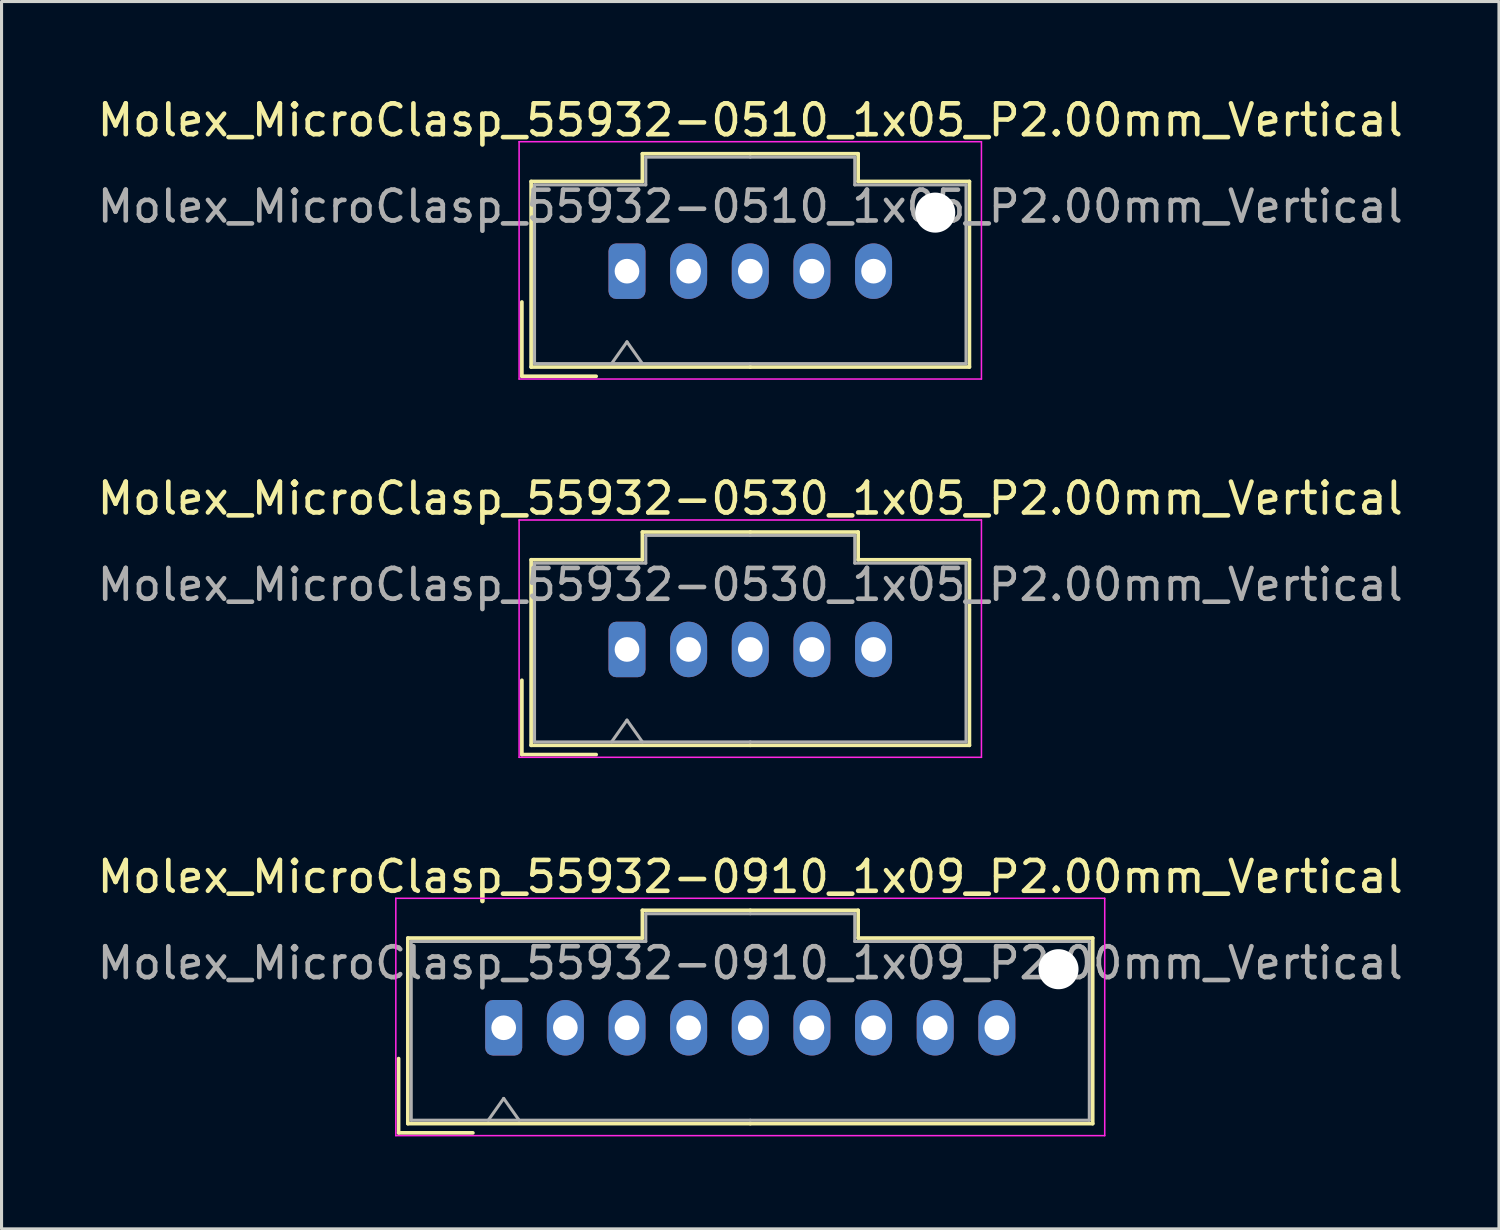
<source format=kicad_pcb>
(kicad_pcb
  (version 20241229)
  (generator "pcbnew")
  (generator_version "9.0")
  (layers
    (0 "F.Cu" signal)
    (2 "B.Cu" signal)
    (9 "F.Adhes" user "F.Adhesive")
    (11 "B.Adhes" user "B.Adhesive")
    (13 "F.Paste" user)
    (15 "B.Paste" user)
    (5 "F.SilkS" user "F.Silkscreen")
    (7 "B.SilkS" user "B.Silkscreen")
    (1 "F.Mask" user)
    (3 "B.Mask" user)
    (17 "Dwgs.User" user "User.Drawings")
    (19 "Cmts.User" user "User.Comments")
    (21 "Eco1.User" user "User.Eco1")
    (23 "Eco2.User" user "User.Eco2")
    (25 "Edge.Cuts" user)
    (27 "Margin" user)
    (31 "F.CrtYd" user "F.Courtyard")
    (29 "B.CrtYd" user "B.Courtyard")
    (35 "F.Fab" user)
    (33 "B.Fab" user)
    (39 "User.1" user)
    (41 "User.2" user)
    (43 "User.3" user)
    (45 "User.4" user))
  (footprint "Molex_MicroClasp_55932-0510_1x05_P2.00mm_Vertical"
    (layer "F.Cu")
    (at 17.292 5.748)
    (property "Reference" "Molex_MicroClasp_55932-0510_1x05_P2.00mm_Vertical" (at 4 -4.9 0) (layer "F.SilkS") (effects (font (size 1 1) (thickness 0.15))))
    (attr through_hole)
    (fp_line (start -3.41 1) (end -3.41 3.41) (stroke (width 0.12) (type solid)) (layer "F.SilkS"))
    (fp_line (start -3.41 3.41) (end -1 3.41) (stroke (width 0.12) (type solid)) (layer "F.SilkS"))
    (fp_line (start -3.11 -2.91) (end -3.11 3.11) (stroke (width 0.12) (type solid)) (layer "F.SilkS"))
    (fp_line (start -3.11 3.11) (end 4 3.11) (stroke (width 0.12) (type solid)) (layer "F.SilkS"))
    (fp_line (start 0.5 -3.81) (end 0.5 -2.91) (stroke (width 0.12) (type solid)) (layer "F.SilkS"))
    (fp_line (start 0.5 -2.91) (end -3.11 -2.91) (stroke (width 0.12) (type solid)) (layer "F.SilkS"))
    (fp_line (start 4 -3.81) (end 0.5 -3.81) (stroke (width 0.12) (type solid)) (layer "F.SilkS"))
    (fp_line (start 4 -3.81) (end 7.5 -3.81) (stroke (width 0.12) (type solid)) (layer "F.SilkS"))
    (fp_line (start 7.5 -3.81) (end 7.5 -2.91) (stroke (width 0.12) (type solid)) (layer "F.SilkS"))
    (fp_line (start 7.5 -2.91) (end 11.11 -2.91) (stroke (width 0.12) (type solid)) (layer "F.SilkS"))
    (fp_line (start 11.11 -2.91) (end 11.11 3.11) (stroke (width 0.12) (type solid)) (layer "F.SilkS"))
    (fp_line (start 11.11 3.11) (end 4 3.11) (stroke (width 0.12) (type solid)) (layer "F.SilkS"))
    (fp_line (start -3.5 -4.2) (end -3.5 3.5) (stroke (width 0.05) (type solid)) (layer "F.CrtYd"))
    (fp_line (start -3.5 3.5) (end 11.5 3.5) (stroke (width 0.05) (type solid)) (layer "F.CrtYd"))
    (fp_line (start 11.5 -4.2) (end -3.5 -4.2) (stroke (width 0.05) (type solid)) (layer "F.CrtYd"))
    (fp_line (start 11.5 3.5) (end 11.5 -4.2) (stroke (width 0.05) (type solid)) (layer "F.CrtYd"))
    (fp_line (start -3 -2.8) (end -3 3) (stroke (width 0.1) (type solid)) (layer "F.Fab"))
    (fp_line (start -3 3) (end 4 3) (stroke (width 0.1) (type solid)) (layer "F.Fab"))
    (fp_line (start -0.5 3) (end 0 2.293) (stroke (width 0.1) (type solid)) (layer "F.Fab"))
    (fp_line (start 0 2.293) (end 0.5 3) (stroke (width 0.1) (type solid)) (layer "F.Fab"))
    (fp_line (start 0.61 -3.7) (end 0.61 -2.8) (stroke (width 0.1) (type solid)) (layer "F.Fab"))
    (fp_line (start 0.61 -2.8) (end -3 -2.8) (stroke (width 0.1) (type solid)) (layer "F.Fab"))
    (fp_line (start 4 -3.7) (end 0.61 -3.7) (stroke (width 0.1) (type solid)) (layer "F.Fab"))
    (fp_line (start 4 -3.7) (end 7.39 -3.7) (stroke (width 0.1) (type solid)) (layer "F.Fab"))
    (fp_line (start 7.39 -3.7) (end 7.39 -2.8) (stroke (width 0.1) (type solid)) (layer "F.Fab"))
    (fp_line (start 7.39 -2.8) (end 11 -2.8) (stroke (width 0.1) (type solid)) (layer "F.Fab"))
    (fp_line (start 11 -2.8) (end 11 3) (stroke (width 0.1) (type solid)) (layer "F.Fab"))
    (fp_line (start 11 3) (end 4 3) (stroke (width 0.1) (type solid)) (layer "F.Fab"))
    (fp_text user "${REFERENCE}" (at 4 -2.1 0) (layer "F.Fab") (effects (font (size 1 1) (thickness 0.15))))
    (pad "" np_thru_hole circle (at 10 -1.9) (size 1.3 1.3) (drill 1.3) (layers "*.Cu" "*.Mask"))
    (pad "1" thru_hole roundrect (at 0 0) (size 1.2 1.8) (drill 0.8) (layers "*.Cu" "*.Mask") (roundrect_rratio 0.208))
    (pad "2" thru_hole oval (at 2 0) (size 1.2 1.8) (drill 0.8) (layers "*.Cu" "*.Mask"))
    (pad "3" thru_hole oval (at 4 0) (size 1.2 1.8) (drill 0.8) (layers "*.Cu" "*.Mask"))
    (pad "4" thru_hole oval (at 6 0) (size 1.2 1.8) (drill 0.8) (layers "*.Cu" "*.Mask"))
    (pad "5" thru_hole oval (at 8 0) (size 1.2 1.8) (drill 0.8) (layers "*.Cu" "*.Mask")))
  (footprint "Molex_MicroClasp_55932-0530_1x05_P2.00mm_Vertical"
    (layer "F.Cu")
    (at 17.292 18.021)
    (property "Reference" "Molex_MicroClasp_55932-0530_1x05_P2.00mm_Vertical" (at 4 -4.9 0) (layer "F.SilkS") (effects (font (size 1 1) (thickness 0.15))))
    (attr through_hole)
    (fp_line (start -3.41 1) (end -3.41 3.41) (stroke (width 0.12) (type solid)) (layer "F.SilkS"))
    (fp_line (start -3.41 3.41) (end -1 3.41) (stroke (width 0.12) (type solid)) (layer "F.SilkS"))
    (fp_line (start -3.11 -2.91) (end -3.11 3.11) (stroke (width 0.12) (type solid)) (layer "F.SilkS"))
    (fp_line (start -3.11 3.11) (end 4 3.11) (stroke (width 0.12) (type solid)) (layer "F.SilkS"))
    (fp_line (start 0.5 -3.81) (end 0.5 -2.91) (stroke (width 0.12) (type solid)) (layer "F.SilkS"))
    (fp_line (start 0.5 -2.91) (end -3.11 -2.91) (stroke (width 0.12) (type solid)) (layer "F.SilkS"))
    (fp_line (start 4 -3.81) (end 0.5 -3.81) (stroke (width 0.12) (type solid)) (layer "F.SilkS"))
    (fp_line (start 4 -3.81) (end 7.5 -3.81) (stroke (width 0.12) (type solid)) (layer "F.SilkS"))
    (fp_line (start 7.5 -3.81) (end 7.5 -2.91) (stroke (width 0.12) (type solid)) (layer "F.SilkS"))
    (fp_line (start 7.5 -2.91) (end 11.11 -2.91) (stroke (width 0.12) (type solid)) (layer "F.SilkS"))
    (fp_line (start 11.11 -2.91) (end 11.11 3.11) (stroke (width 0.12) (type solid)) (layer "F.SilkS"))
    (fp_line (start 11.11 3.11) (end 4 3.11) (stroke (width 0.12) (type solid)) (layer "F.SilkS"))
    (fp_line (start -3.5 -4.2) (end -3.5 3.5) (stroke (width 0.05) (type solid)) (layer "F.CrtYd"))
    (fp_line (start -3.5 3.5) (end 11.5 3.5) (stroke (width 0.05) (type solid)) (layer "F.CrtYd"))
    (fp_line (start 11.5 -4.2) (end -3.5 -4.2) (stroke (width 0.05) (type solid)) (layer "F.CrtYd"))
    (fp_line (start 11.5 3.5) (end 11.5 -4.2) (stroke (width 0.05) (type solid)) (layer "F.CrtYd"))
    (fp_line (start -3 -2.8) (end -3 3) (stroke (width 0.1) (type solid)) (layer "F.Fab"))
    (fp_line (start -3 3) (end 4 3) (stroke (width 0.1) (type solid)) (layer "F.Fab"))
    (fp_line (start -0.5 3) (end 0 2.293) (stroke (width 0.1) (type solid)) (layer "F.Fab"))
    (fp_line (start 0 2.293) (end 0.5 3) (stroke (width 0.1) (type solid)) (layer "F.Fab"))
    (fp_line (start 0.61 -3.7) (end 0.61 -2.8) (stroke (width 0.1) (type solid)) (layer "F.Fab"))
    (fp_line (start 0.61 -2.8) (end -3 -2.8) (stroke (width 0.1) (type solid)) (layer "F.Fab"))
    (fp_line (start 4 -3.7) (end 0.61 -3.7) (stroke (width 0.1) (type solid)) (layer "F.Fab"))
    (fp_line (start 4 -3.7) (end 7.39 -3.7) (stroke (width 0.1) (type solid)) (layer "F.Fab"))
    (fp_line (start 7.39 -3.7) (end 7.39 -2.8) (stroke (width 0.1) (type solid)) (layer "F.Fab"))
    (fp_line (start 7.39 -2.8) (end 11 -2.8) (stroke (width 0.1) (type solid)) (layer "F.Fab"))
    (fp_line (start 11 -2.8) (end 11 3) (stroke (width 0.1) (type solid)) (layer "F.Fab"))
    (fp_line (start 11 3) (end 4 3) (stroke (width 0.1) (type solid)) (layer "F.Fab"))
    (fp_text user "${REFERENCE}" (at 4 -2.1 0) (layer "F.Fab") (effects (font (size 1 1) (thickness 0.15))))
    (pad "1" thru_hole roundrect (at 0 0) (size 1.2 1.8) (drill 0.8) (layers "*.Cu" "*.Mask") (roundrect_rratio 0.208))
    (pad "2" thru_hole oval (at 2 0) (size 1.2 1.8) (drill 0.8) (layers "*.Cu" "*.Mask"))
    (pad "3" thru_hole oval (at 4 0) (size 1.2 1.8) (drill 0.8) (layers "*.Cu" "*.Mask"))
    (pad "4" thru_hole oval (at 6 0) (size 1.2 1.8) (drill 0.8) (layers "*.Cu" "*.Mask"))
    (pad "5" thru_hole oval (at 8 0) (size 1.2 1.8) (drill 0.8) (layers "*.Cu" "*.Mask")))
  (footprint "Molex_MicroClasp_55932-0910_1x09_P2.00mm_Vertical"
    (layer "F.Cu")
    (at 13.292 30.295)
    (property "Reference" "Molex_MicroClasp_55932-0910_1x09_P2.00mm_Vertical" (at 8 -4.9 0) (layer "F.SilkS") (effects (font (size 1 1) (thickness 0.15))))
    (attr through_hole)
    (fp_line (start -3.41 1) (end -3.41 3.41) (stroke (width 0.12) (type solid)) (layer "F.SilkS"))
    (fp_line (start -3.41 3.41) (end -1 3.41) (stroke (width 0.12) (type solid)) (layer "F.SilkS"))
    (fp_line (start -3.11 -2.91) (end -3.11 3.11) (stroke (width 0.12) (type solid)) (layer "F.SilkS"))
    (fp_line (start -3.11 3.11) (end 8 3.11) (stroke (width 0.12) (type solid)) (layer "F.SilkS"))
    (fp_line (start 4.5 -3.81) (end 4.5 -2.91) (stroke (width 0.12) (type solid)) (layer "F.SilkS"))
    (fp_line (start 4.5 -2.91) (end -3.11 -2.91) (stroke (width 0.12) (type solid)) (layer "F.SilkS"))
    (fp_line (start 8 -3.81) (end 4.5 -3.81) (stroke (width 0.12) (type solid)) (layer "F.SilkS"))
    (fp_line (start 8 -3.81) (end 11.5 -3.81) (stroke (width 0.12) (type solid)) (layer "F.SilkS"))
    (fp_line (start 11.5 -3.81) (end 11.5 -2.91) (stroke (width 0.12) (type solid)) (layer "F.SilkS"))
    (fp_line (start 11.5 -2.91) (end 19.11 -2.91) (stroke (width 0.12) (type solid)) (layer "F.SilkS"))
    (fp_line (start 19.11 -2.91) (end 19.11 3.11) (stroke (width 0.12) (type solid)) (layer "F.SilkS"))
    (fp_line (start 19.11 3.11) (end 8 3.11) (stroke (width 0.12) (type solid)) (layer "F.SilkS"))
    (fp_line (start -3.5 -4.2) (end -3.5 3.5) (stroke (width 0.05) (type solid)) (layer "F.CrtYd"))
    (fp_line (start -3.5 3.5) (end 19.5 3.5) (stroke (width 0.05) (type solid)) (layer "F.CrtYd"))
    (fp_line (start 19.5 -4.2) (end -3.5 -4.2) (stroke (width 0.05) (type solid)) (layer "F.CrtYd"))
    (fp_line (start 19.5 3.5) (end 19.5 -4.2) (stroke (width 0.05) (type solid)) (layer "F.CrtYd"))
    (fp_line (start -3 -2.8) (end -3 3) (stroke (width 0.1) (type solid)) (layer "F.Fab"))
    (fp_line (start -3 3) (end 8 3) (stroke (width 0.1) (type solid)) (layer "F.Fab"))
    (fp_line (start -0.5 3) (end 0 2.293) (stroke (width 0.1) (type solid)) (layer "F.Fab"))
    (fp_line (start 0 2.293) (end 0.5 3) (stroke (width 0.1) (type solid)) (layer "F.Fab"))
    (fp_line (start 4.61 -3.7) (end 4.61 -2.8) (stroke (width 0.1) (type solid)) (layer "F.Fab"))
    (fp_line (start 4.61 -2.8) (end -3 -2.8) (stroke (width 0.1) (type solid)) (layer "F.Fab"))
    (fp_line (start 8 -3.7) (end 4.61 -3.7) (stroke (width 0.1) (type solid)) (layer "F.Fab"))
    (fp_line (start 8 -3.7) (end 11.39 -3.7) (stroke (width 0.1) (type solid)) (layer "F.Fab"))
    (fp_line (start 11.39 -3.7) (end 11.39 -2.8) (stroke (width 0.1) (type solid)) (layer "F.Fab"))
    (fp_line (start 11.39 -2.8) (end 19 -2.8) (stroke (width 0.1) (type solid)) (layer "F.Fab"))
    (fp_line (start 19 -2.8) (end 19 3) (stroke (width 0.1) (type solid)) (layer "F.Fab"))
    (fp_line (start 19 3) (end 8 3) (stroke (width 0.1) (type solid)) (layer "F.Fab"))
    (fp_text user "${REFERENCE}" (at 8 -2.1 0) (layer "F.Fab") (effects (font (size 1 1) (thickness 0.15))))
    (pad "" np_thru_hole circle (at 18 -1.9) (size 1.3 1.3) (drill 1.3) (layers "*.Cu" "*.Mask"))
    (pad "1" thru_hole roundrect (at 0 0) (size 1.2 1.8) (drill 0.8) (layers "*.Cu" "*.Mask") (roundrect_rratio 0.208))
    (pad "2" thru_hole oval (at 2 0) (size 1.2 1.8) (drill 0.8) (layers "*.Cu" "*.Mask"))
    (pad "3" thru_hole oval (at 4 0) (size 1.2 1.8) (drill 0.8) (layers "*.Cu" "*.Mask"))
    (pad "4" thru_hole oval (at 6 0) (size 1.2 1.8) (drill 0.8) (layers "*.Cu" "*.Mask"))
    (pad "5" thru_hole oval (at 8 0) (size 1.2 1.8) (drill 0.8) (layers "*.Cu" "*.Mask"))
    (pad "6" thru_hole oval (at 10 0) (size 1.2 1.8) (drill 0.8) (layers "*.Cu" "*.Mask"))
    (pad "7" thru_hole oval (at 12 0) (size 1.2 1.8) (drill 0.8) (layers "*.Cu" "*.Mask"))
    (pad "8" thru_hole oval (at 14 0) (size 1.2 1.8) (drill 0.8) (layers "*.Cu" "*.Mask"))
    (pad "9" thru_hole oval (at 16 0) (size 1.2 1.8) (drill 0.8) (layers "*.Cu" "*.Mask")))
  (gr_rect
    (start -3 -3)
    (end 45.583 36.82)
    (stroke (width 0.1) (type default))
    (fill no)
    (layer "Edge.Cuts")))
</source>
